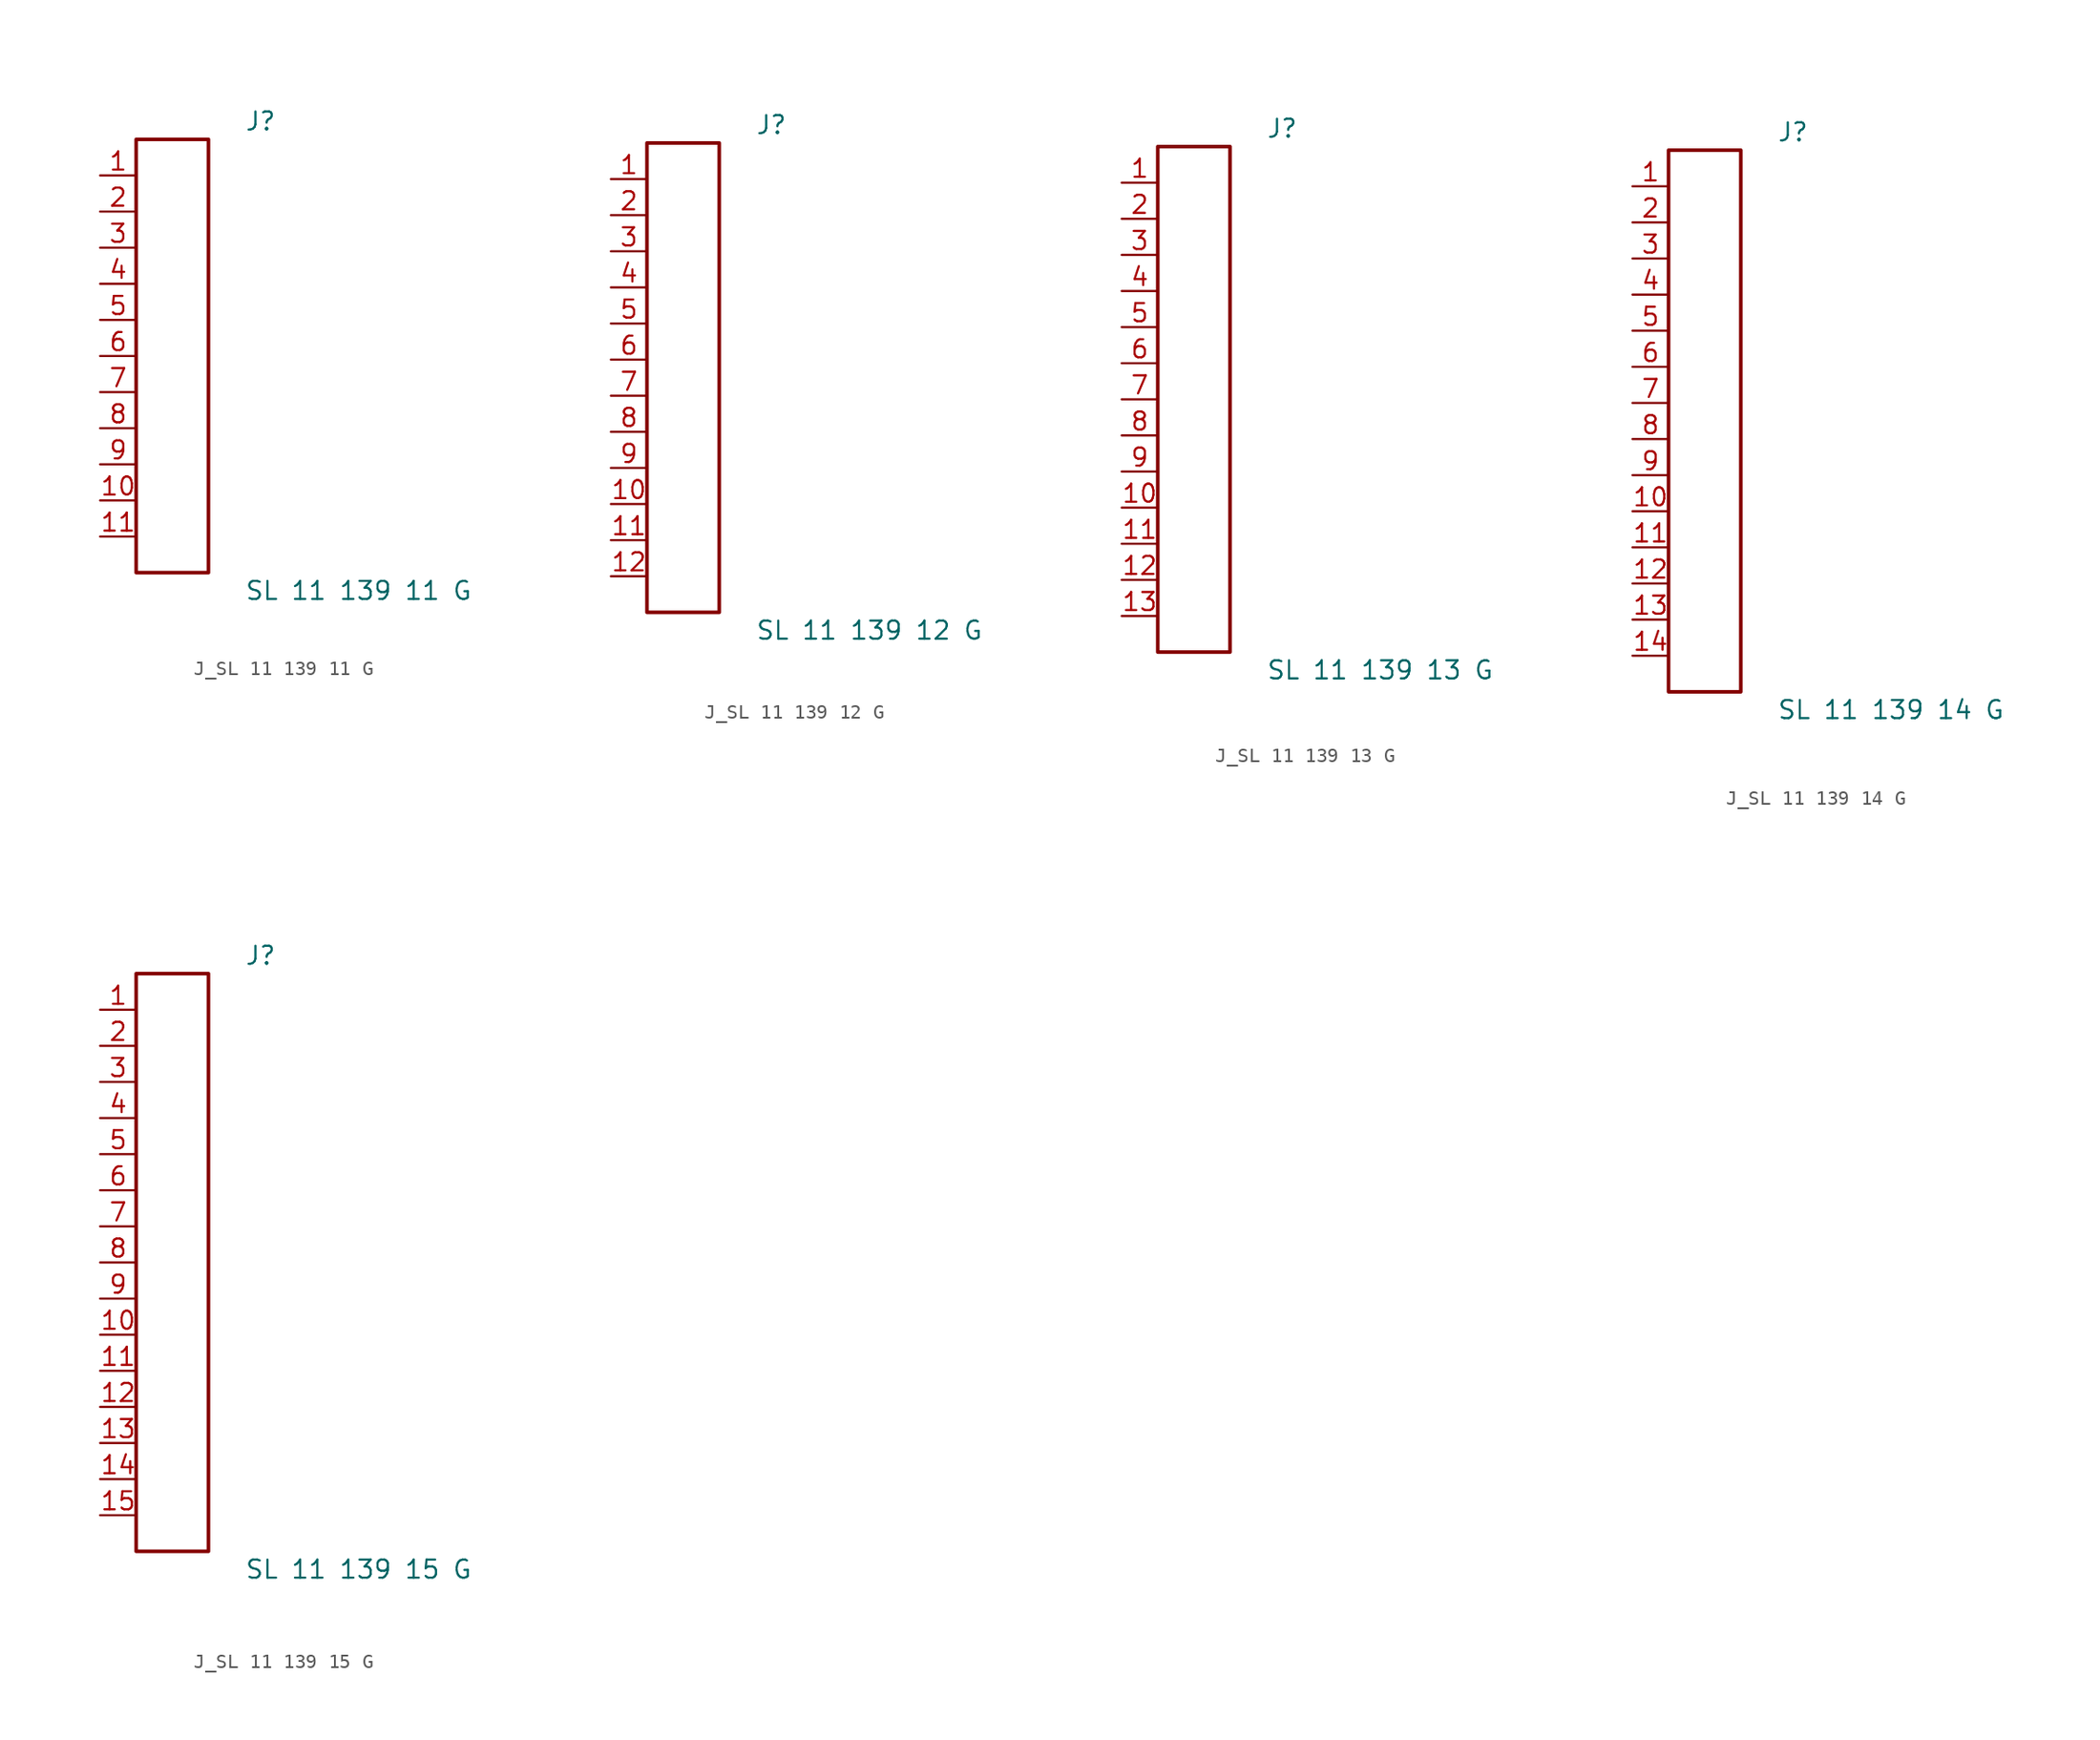
<source format=kicad_sym>
(kicad_symbol_lib
  (version 20231120)
  (generator kicad_symbol_editor)
  (generator_version 8.0)
  (symbol "J_SL 11 139 11 G"
    (pin_names
      (offset 0.254))
    (property "Reference" "J"
      (at 5.08 16.51 0)
      (effects (font (size 1.27 1.27)) (justify left)))
    (property "Value" "SL 11 139 11 G"
      (at 5.08 -16.51 0)
      (effects (font (size 1.27 1.27)) (justify left)))
    (symbol "J_SL 11 139 11 G_0_0"
      (pin unspecified line (at -5.08 12.7 0) (length 2.54) (name "" (effects (font (size 1.27 1.27)))) (number "1" (effects (font (size 1.27 1.27)))))
      (pin unspecified line (at -5.08 10.16 0) (length 2.54) (name "" (effects (font (size 1.27 1.27)))) (number "2" (effects (font (size 1.27 1.27)))))
      (pin unspecified line (at -5.08 7.62 0) (length 2.54) (name "" (effects (font (size 1.27 1.27)))) (number "3" (effects (font (size 1.27 1.27)))))
      (pin unspecified line (at -5.08 5.08 0) (length 2.54) (name "" (effects (font (size 1.27 1.27)))) (number "4" (effects (font (size 1.27 1.27)))))
      (pin unspecified line (at -5.08 2.54 0) (length 2.54) (name "" (effects (font (size 1.27 1.27)))) (number "5" (effects (font (size 1.27 1.27)))))
      (pin unspecified line (at -5.08 0.0 0) (length 2.54) (name "" (effects (font (size 1.27 1.27)))) (number "6" (effects (font (size 1.27 1.27)))))
      (pin unspecified line (at -5.08 -2.54 0) (length 2.54) (name "" (effects (font (size 1.27 1.27)))) (number "7" (effects (font (size 1.27 1.27)))))
      (pin unspecified line (at -5.08 -5.08 0) (length 2.54) (name "" (effects (font (size 1.27 1.27)))) (number "8" (effects (font (size 1.27 1.27)))))
      (pin unspecified line (at -5.08 -7.62 0) (length 2.54) (name "" (effects (font (size 1.27 1.27)))) (number "9" (effects (font (size 1.27 1.27)))))
      (pin unspecified line (at -5.08 -10.16 0) (length 2.54) (name "" (effects (font (size 1.27 1.27)))) (number "10" (effects (font (size 1.27 1.27)))))
      (pin unspecified line (at -5.08 -12.7 0) (length 2.54) (name "" (effects (font (size 1.27 1.27)))) (number "11" (effects (font (size 1.27 1.27))))))
    (symbol "J_SL 11 139 11 G_1_0"
      (rectangle (start -2.54 15.24) (end 2.54 -15.24) (stroke (width 0.254) (type solid)) (fill (type none)))))
  (symbol "J_SL 11 139 12 G"
    (pin_names
      (offset 0.254))
    (property "Reference" "J"
      (at 5.08 17.78 0)
      (effects (font (size 1.27 1.27)) (justify left)))
    (property "Value" "SL 11 139 12 G"
      (at 5.08 -17.78 0)
      (effects (font (size 1.27 1.27)) (justify left)))
    (symbol "J_SL 11 139 12 G_0_0"
      (pin unspecified line (at -5.08 13.97 0) (length 2.54) (name "" (effects (font (size 1.27 1.27)))) (number "1" (effects (font (size 1.27 1.27)))))
      (pin unspecified line (at -5.08 11.43 0) (length 2.54) (name "" (effects (font (size 1.27 1.27)))) (number "2" (effects (font (size 1.27 1.27)))))
      (pin unspecified line (at -5.08 8.89 0) (length 2.54) (name "" (effects (font (size 1.27 1.27)))) (number "3" (effects (font (size 1.27 1.27)))))
      (pin unspecified line (at -5.08 6.35 0) (length 2.54) (name "" (effects (font (size 1.27 1.27)))) (number "4" (effects (font (size 1.27 1.27)))))
      (pin unspecified line (at -5.08 3.81 0) (length 2.54) (name "" (effects (font (size 1.27 1.27)))) (number "5" (effects (font (size 1.27 1.27)))))
      (pin unspecified line (at -5.08 1.27 0) (length 2.54) (name "" (effects (font (size 1.27 1.27)))) (number "6" (effects (font (size 1.27 1.27)))))
      (pin unspecified line (at -5.08 -1.27 0) (length 2.54) (name "" (effects (font (size 1.27 1.27)))) (number "7" (effects (font (size 1.27 1.27)))))
      (pin unspecified line (at -5.08 -3.81 0) (length 2.54) (name "" (effects (font (size 1.27 1.27)))) (number "8" (effects (font (size 1.27 1.27)))))
      (pin unspecified line (at -5.08 -6.35 0) (length 2.54) (name "" (effects (font (size 1.27 1.27)))) (number "9" (effects (font (size 1.27 1.27)))))
      (pin unspecified line (at -5.08 -8.89 0) (length 2.54) (name "" (effects (font (size 1.27 1.27)))) (number "10" (effects (font (size 1.27 1.27)))))
      (pin unspecified line (at -5.08 -11.43 0) (length 2.54) (name "" (effects (font (size 1.27 1.27)))) (number "11" (effects (font (size 1.27 1.27)))))
      (pin unspecified line (at -5.08 -13.97 0) (length 2.54) (name "" (effects (font (size 1.27 1.27)))) (number "12" (effects (font (size 1.27 1.27))))))
    (symbol "J_SL 11 139 12 G_1_0"
      (rectangle (start -2.54 16.51) (end 2.54 -16.51) (stroke (width 0.254) (type solid)) (fill (type none)))))
  (symbol "J_SL 11 139 13 G"
    (pin_names
      (offset 0.254))
    (property "Reference" "J"
      (at 5.08 19.05 0)
      (effects (font (size 1.27 1.27)) (justify left)))
    (property "Value" "SL 11 139 13 G"
      (at 5.08 -19.05 0)
      (effects (font (size 1.27 1.27)) (justify left)))
    (symbol "J_SL 11 139 13 G_0_0"
      (pin unspecified line (at -5.08 15.24 0) (length 2.54) (name "" (effects (font (size 1.27 1.27)))) (number "1" (effects (font (size 1.27 1.27)))))
      (pin unspecified line (at -5.08 12.7 0) (length 2.54) (name "" (effects (font (size 1.27 1.27)))) (number "2" (effects (font (size 1.27 1.27)))))
      (pin unspecified line (at -5.08 10.16 0) (length 2.54) (name "" (effects (font (size 1.27 1.27)))) (number "3" (effects (font (size 1.27 1.27)))))
      (pin unspecified line (at -5.08 7.62 0) (length 2.54) (name "" (effects (font (size 1.27 1.27)))) (number "4" (effects (font (size 1.27 1.27)))))
      (pin unspecified line (at -5.08 5.08 0) (length 2.54) (name "" (effects (font (size 1.27 1.27)))) (number "5" (effects (font (size 1.27 1.27)))))
      (pin unspecified line (at -5.08 2.54 0) (length 2.54) (name "" (effects (font (size 1.27 1.27)))) (number "6" (effects (font (size 1.27 1.27)))))
      (pin unspecified line (at -5.08 0.0 0) (length 2.54) (name "" (effects (font (size 1.27 1.27)))) (number "7" (effects (font (size 1.27 1.27)))))
      (pin unspecified line (at -5.08 -2.54 0) (length 2.54) (name "" (effects (font (size 1.27 1.27)))) (number "8" (effects (font (size 1.27 1.27)))))
      (pin unspecified line (at -5.08 -5.08 0) (length 2.54) (name "" (effects (font (size 1.27 1.27)))) (number "9" (effects (font (size 1.27 1.27)))))
      (pin unspecified line (at -5.08 -7.62 0) (length 2.54) (name "" (effects (font (size 1.27 1.27)))) (number "10" (effects (font (size 1.27 1.27)))))
      (pin unspecified line (at -5.08 -10.16 0) (length 2.54) (name "" (effects (font (size 1.27 1.27)))) (number "11" (effects (font (size 1.27 1.27)))))
      (pin unspecified line (at -5.08 -12.7 0) (length 2.54) (name "" (effects (font (size 1.27 1.27)))) (number "12" (effects (font (size 1.27 1.27)))))
      (pin unspecified line (at -5.08 -15.24 0) (length 2.54) (name "" (effects (font (size 1.27 1.27)))) (number "13" (effects (font (size 1.27 1.27))))))
    (symbol "J_SL 11 139 13 G_1_0"
      (rectangle (start -2.54 17.78) (end 2.54 -17.78) (stroke (width 0.254) (type solid)) (fill (type none)))))
  (symbol "J_SL 11 139 14 G"
    (pin_names
      (offset 0.254))
    (property "Reference" "J"
      (at 5.08 20.32 0)
      (effects (font (size 1.27 1.27)) (justify left)))
    (property "Value" "SL 11 139 14 G"
      (at 5.08 -20.32 0)
      (effects (font (size 1.27 1.27)) (justify left)))
    (symbol "J_SL 11 139 14 G_0_0"
      (pin unspecified line (at -5.08 16.51 0) (length 2.54) (name "" (effects (font (size 1.27 1.27)))) (number "1" (effects (font (size 1.27 1.27)))))
      (pin unspecified line (at -5.08 13.97 0) (length 2.54) (name "" (effects (font (size 1.27 1.27)))) (number "2" (effects (font (size 1.27 1.27)))))
      (pin unspecified line (at -5.08 11.43 0) (length 2.54) (name "" (effects (font (size 1.27 1.27)))) (number "3" (effects (font (size 1.27 1.27)))))
      (pin unspecified line (at -5.08 8.89 0) (length 2.54) (name "" (effects (font (size 1.27 1.27)))) (number "4" (effects (font (size 1.27 1.27)))))
      (pin unspecified line (at -5.08 6.35 0) (length 2.54) (name "" (effects (font (size 1.27 1.27)))) (number "5" (effects (font (size 1.27 1.27)))))
      (pin unspecified line (at -5.08 3.81 0) (length 2.54) (name "" (effects (font (size 1.27 1.27)))) (number "6" (effects (font (size 1.27 1.27)))))
      (pin unspecified line (at -5.08 1.27 0) (length 2.54) (name "" (effects (font (size 1.27 1.27)))) (number "7" (effects (font (size 1.27 1.27)))))
      (pin unspecified line (at -5.08 -1.27 0) (length 2.54) (name "" (effects (font (size 1.27 1.27)))) (number "8" (effects (font (size 1.27 1.27)))))
      (pin unspecified line (at -5.08 -3.81 0) (length 2.54) (name "" (effects (font (size 1.27 1.27)))) (number "9" (effects (font (size 1.27 1.27)))))
      (pin unspecified line (at -5.08 -6.35 0) (length 2.54) (name "" (effects (font (size 1.27 1.27)))) (number "10" (effects (font (size 1.27 1.27)))))
      (pin unspecified line (at -5.08 -8.89 0) (length 2.54) (name "" (effects (font (size 1.27 1.27)))) (number "11" (effects (font (size 1.27 1.27)))))
      (pin unspecified line (at -5.08 -11.43 0) (length 2.54) (name "" (effects (font (size 1.27 1.27)))) (number "12" (effects (font (size 1.27 1.27)))))
      (pin unspecified line (at -5.08 -13.97 0) (length 2.54) (name "" (effects (font (size 1.27 1.27)))) (number "13" (effects (font (size 1.27 1.27)))))
      (pin unspecified line (at -5.08 -16.51 0) (length 2.54) (name "" (effects (font (size 1.27 1.27)))) (number "14" (effects (font (size 1.27 1.27))))))
    (symbol "J_SL 11 139 14 G_1_0"
      (rectangle (start -2.54 19.05) (end 2.54 -19.05) (stroke (width 0.254) (type solid)) (fill (type none)))))
  (symbol "J_SL 11 139 15 G"
    (pin_names
      (offset 0.254))
    (property "Reference" "J"
      (at 5.08 21.59 0)
      (effects (font (size 1.27 1.27)) (justify left)))
    (property "Value" "SL 11 139 15 G"
      (at 5.08 -21.59 0)
      (effects (font (size 1.27 1.27)) (justify left)))
    (symbol "J_SL 11 139 15 G_0_0"
      (pin unspecified line (at -5.08 17.78 0) (length 2.54) (name "" (effects (font (size 1.27 1.27)))) (number "1" (effects (font (size 1.27 1.27)))))
      (pin unspecified line (at -5.08 15.24 0) (length 2.54) (name "" (effects (font (size 1.27 1.27)))) (number "2" (effects (font (size 1.27 1.27)))))
      (pin unspecified line (at -5.08 12.7 0) (length 2.54) (name "" (effects (font (size 1.27 1.27)))) (number "3" (effects (font (size 1.27 1.27)))))
      (pin unspecified line (at -5.08 10.16 0) (length 2.54) (name "" (effects (font (size 1.27 1.27)))) (number "4" (effects (font (size 1.27 1.27)))))
      (pin unspecified line (at -5.08 7.62 0) (length 2.54) (name "" (effects (font (size 1.27 1.27)))) (number "5" (effects (font (size 1.27 1.27)))))
      (pin unspecified line (at -5.08 5.08 0) (length 2.54) (name "" (effects (font (size 1.27 1.27)))) (number "6" (effects (font (size 1.27 1.27)))))
      (pin unspecified line (at -5.08 2.54 0) (length 2.54) (name "" (effects (font (size 1.27 1.27)))) (number "7" (effects (font (size 1.27 1.27)))))
      (pin unspecified line (at -5.08 0.0 0) (length 2.54) (name "" (effects (font (size 1.27 1.27)))) (number "8" (effects (font (size 1.27 1.27)))))
      (pin unspecified line (at -5.08 -2.54 0) (length 2.54) (name "" (effects (font (size 1.27 1.27)))) (number "9" (effects (font (size 1.27 1.27)))))
      (pin unspecified line (at -5.08 -5.08 0) (length 2.54) (name "" (effects (font (size 1.27 1.27)))) (number "10" (effects (font (size 1.27 1.27)))))
      (pin unspecified line (at -5.08 -7.62 0) (length 2.54) (name "" (effects (font (size 1.27 1.27)))) (number "11" (effects (font (size 1.27 1.27)))))
      (pin unspecified line (at -5.08 -10.16 0) (length 2.54) (name "" (effects (font (size 1.27 1.27)))) (number "12" (effects (font (size 1.27 1.27)))))
      (pin unspecified line (at -5.08 -12.7 0) (length 2.54) (name "" (effects (font (size 1.27 1.27)))) (number "13" (effects (font (size 1.27 1.27)))))
      (pin unspecified line (at -5.08 -15.24 0) (length 2.54) (name "" (effects (font (size 1.27 1.27)))) (number "14" (effects (font (size 1.27 1.27)))))
      (pin unspecified line (at -5.08 -17.78 0) (length 2.54) (name "" (effects (font (size 1.27 1.27)))) (number "15" (effects (font (size 1.27 1.27))))))
    (symbol "J_SL 11 139 15 G_1_0"
      (rectangle (start -2.54 20.32) (end 2.54 -20.32) (stroke (width 0.254) (type solid)) (fill (type none))))))
</source>
